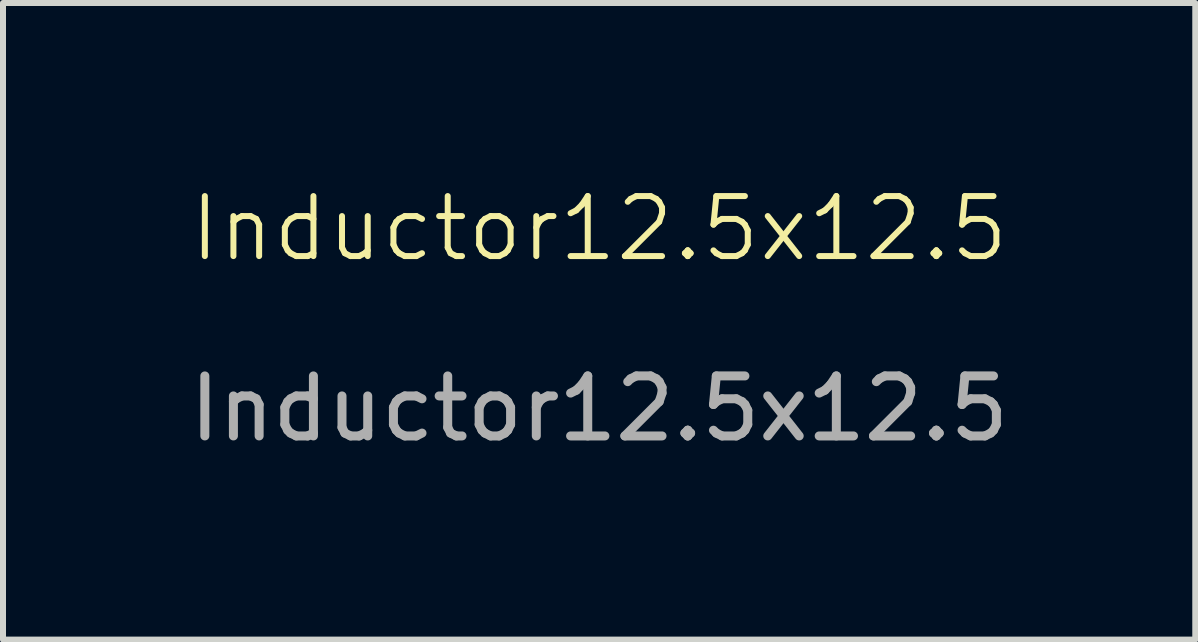
<source format=kicad_pcb>
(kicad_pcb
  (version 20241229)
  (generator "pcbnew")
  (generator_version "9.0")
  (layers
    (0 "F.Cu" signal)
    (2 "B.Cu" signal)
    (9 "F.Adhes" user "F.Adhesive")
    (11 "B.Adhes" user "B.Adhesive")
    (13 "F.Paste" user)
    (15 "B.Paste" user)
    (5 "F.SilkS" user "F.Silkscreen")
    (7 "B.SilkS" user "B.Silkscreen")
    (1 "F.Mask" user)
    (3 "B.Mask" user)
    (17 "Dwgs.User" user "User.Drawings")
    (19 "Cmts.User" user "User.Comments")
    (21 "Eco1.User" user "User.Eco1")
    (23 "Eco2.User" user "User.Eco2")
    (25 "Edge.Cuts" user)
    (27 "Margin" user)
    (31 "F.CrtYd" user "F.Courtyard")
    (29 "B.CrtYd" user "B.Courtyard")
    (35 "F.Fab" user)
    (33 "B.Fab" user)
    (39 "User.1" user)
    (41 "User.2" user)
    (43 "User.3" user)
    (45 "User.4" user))
  (footprint "Inductor12.5x12.5"
    (layer "F.Cu")
    (at 6.935 1.26)
    (property "Reference" "Inductor12.5x12.5" (at 0 -0.5 0) (unlocked yes) (layer "F.SilkS") (effects (font (size 1 1) (thickness 0.1))))
    (attr smd)
    (fp_text user "${REFERENCE}" (at 0 2.5 0) (unlocked yes) (layer "F.Fab") (effects (font (size 1 1) (thickness 0.15)))))
  (gr_rect
    (start -3 -3)
    (end 16.869 7.609)
    (stroke (width 0.1) (type default))
    (fill no)
    (layer "Edge.Cuts")))
</source>
